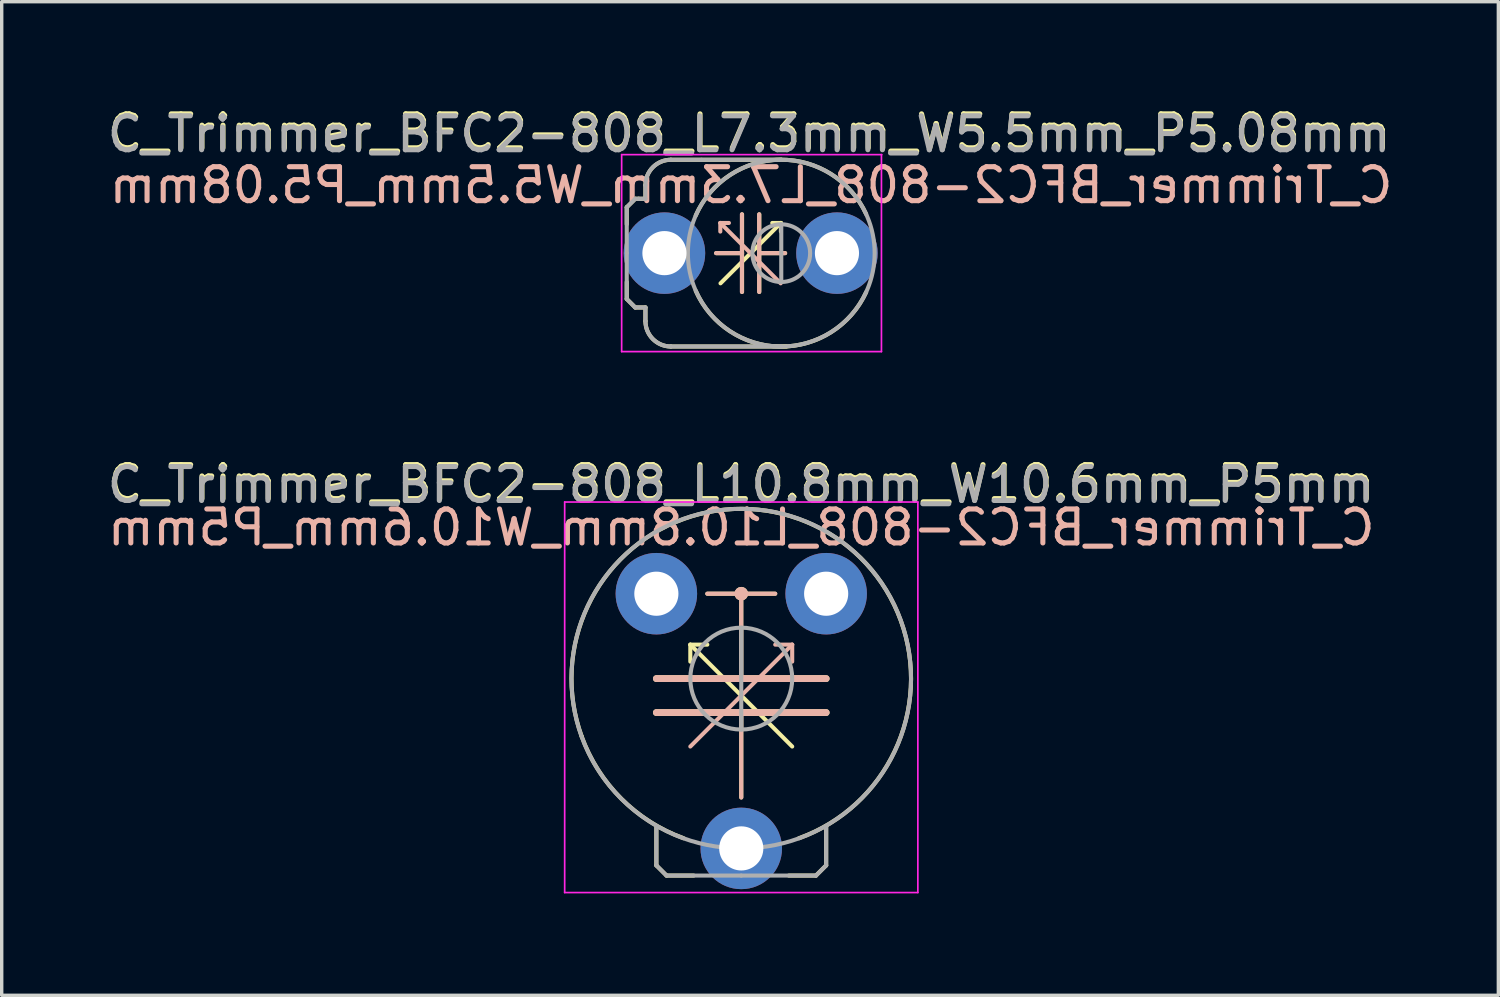
<source format=kicad_pcb>
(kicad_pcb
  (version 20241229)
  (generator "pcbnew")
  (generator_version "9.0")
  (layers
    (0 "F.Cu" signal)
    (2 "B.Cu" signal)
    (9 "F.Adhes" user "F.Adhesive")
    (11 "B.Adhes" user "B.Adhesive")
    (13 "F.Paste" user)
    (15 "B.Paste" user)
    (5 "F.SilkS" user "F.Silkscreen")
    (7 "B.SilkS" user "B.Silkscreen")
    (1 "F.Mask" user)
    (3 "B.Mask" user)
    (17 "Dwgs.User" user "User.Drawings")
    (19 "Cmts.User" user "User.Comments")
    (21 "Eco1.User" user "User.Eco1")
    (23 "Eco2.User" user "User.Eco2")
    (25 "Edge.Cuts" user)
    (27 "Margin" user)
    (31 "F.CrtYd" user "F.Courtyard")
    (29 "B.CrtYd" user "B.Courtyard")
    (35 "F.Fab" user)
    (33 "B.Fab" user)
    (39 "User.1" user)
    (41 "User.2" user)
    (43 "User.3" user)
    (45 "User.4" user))
  (footprint "C_Trimmer_BFC2-808_L7.3mm_W5.5mm_P5.08mm"
    (layer "F.Cu")
    (at 16.516 4.404)
    (property "Reference" "C_Trimmer_BFC2-808_L7.3mm_W5.5mm_P5.08mm" (at 2.5 -3.556 0) (layer "F.SilkS") (effects (font (size 1 1) (thickness 0.15))))
    (fp_line (start -1.11 -1.35) (end -1.11 -0.85) (stroke (width 0.12) (type solid)) (layer "F.SilkS"))
    (fp_line (start -1.11 1.35) (end -1.11 0.85) (stroke (width 0.12) (type solid)) (layer "F.SilkS"))
    (fp_line (start -1.11 1.35) (end -0.86 1.6) (stroke (width 0.12) (type solid)) (layer "F.SilkS"))
    (fp_line (start -0.86 -1.6) (end -1.11 -1.35) (stroke (width 0.12) (type solid)) (layer "F.SilkS"))
    (fp_line (start -0.76 -1.6) (end -0.86 -1.6) (stroke (width 0.12) (type solid)) (layer "F.SilkS"))
    (fp_line (start -0.56 -2) (end -0.56 -1.6) (stroke (width 0.12) (type solid)) (layer "F.SilkS"))
    (fp_line (start -0.56 -1.6) (end -0.76 -1.6) (stroke (width 0.12) (type solid)) (layer "F.SilkS"))
    (fp_line (start -0.56 1.6) (end -0.86 1.6) (stroke (width 0.12) (type solid)) (layer "F.SilkS"))
    (fp_line (start -0.56 1.6) (end -0.56 2) (stroke (width 0.12) (type solid)) (layer "F.SilkS"))
    (fp_line (start 0.19 -2.75) (end 3.44 -2.75) (stroke (width 0.12) (type solid)) (layer "F.SilkS"))
    (fp_line (start 0.19 2.75) (end 3.59 2.75) (stroke (width 0.12) (type solid)) (layer "F.SilkS"))
    (fp_line (start 1.524 0) (end 2.286 0) (stroke (width 0.12) (type solid)) (layer "F.SilkS"))
    (fp_line (start 2.286 0) (end 2.286 -1.143) (stroke (width 0.12) (type solid)) (layer "F.SilkS"))
    (fp_line (start 2.286 0) (end 2.286 1.143) (stroke (width 0.12) (type solid)) (layer "F.SilkS"))
    (fp_line (start 2.54 0) (end 1.651 0.889) (stroke (width 0.12) (type solid)) (layer "F.SilkS"))
    (fp_line (start 2.54 0) (end 3.429 -0.889) (stroke (width 0.12) (type solid)) (layer "F.SilkS"))
    (fp_line (start 2.794 0) (end 2.794 -1.143) (stroke (width 0.12) (type solid)) (layer "F.SilkS"))
    (fp_line (start 2.794 0) (end 2.794 1.143) (stroke (width 0.12) (type solid)) (layer "F.SilkS"))
    (fp_line (start 3.429 -0.889) (end 3.175 -0.889) (stroke (width 0.12) (type solid)) (layer "F.SilkS"))
    (fp_line (start 3.429 -0.889) (end 3.429 -0.635) (stroke (width 0.12) (type solid)) (layer "F.SilkS"))
    (fp_line (start 3.556 0) (end 2.794 0) (stroke (width 0.12) (type solid)) (layer "F.SilkS"))
    (fp_arc (start -0.56 -2) (mid -0.34033 -2.53033) (end 0.19 -2.75) (stroke (width 0.12) (type solid)) (layer "F.SilkS"))
    (fp_arc (start 0.19 2.75) (mid -0.34033 2.53033) (end -0.56 2) (stroke (width 0.12) (type solid)) (layer "F.SilkS"))
    (fp_arc (start 0.921221 -1.108263) (mid 3.417117 -2.751721) (end 5.939999 -1.149999) (stroke (width 0.12) (type solid)) (layer "F.SilkS"))
    (fp_arc (start 5.939999 1.149999) (mid 3.417117 2.751721) (end 0.921221 1.108263) (stroke (width 0.12) (type solid)) (layer "F.SilkS"))
    (fp_line (start 1.518 0) (end 2.28 0) (stroke (width 0.12) (type solid)) (layer "B.SilkS"))
    (fp_line (start 1.645 -0.889) (end 1.645 -0.635) (stroke (width 0.12) (type solid)) (layer "B.SilkS"))
    (fp_line (start 1.645 -0.889) (end 1.899 -0.889) (stroke (width 0.12) (type solid)) (layer "B.SilkS"))
    (fp_line (start 2.28 0) (end 2.28 -1.143) (stroke (width 0.12) (type solid)) (layer "B.SilkS"))
    (fp_line (start 2.28 0) (end 2.28 1.143) (stroke (width 0.12) (type solid)) (layer "B.SilkS"))
    (fp_line (start 2.534 0) (end 1.645 -0.889) (stroke (width 0.12) (type solid)) (layer "B.SilkS"))
    (fp_line (start 2.534 0) (end 3.423 0.889) (stroke (width 0.12) (type solid)) (layer "B.SilkS"))
    (fp_line (start 2.788 0) (end 2.788 -1.143) (stroke (width 0.12) (type solid)) (layer "B.SilkS"))
    (fp_line (start 2.788 0) (end 2.788 1.143) (stroke (width 0.12) (type solid)) (layer "B.SilkS"))
    (fp_line (start 3.55 0) (end 2.788 0) (stroke (width 0.12) (type solid)) (layer "B.SilkS"))
    (fp_line (start -1.26 -2.9) (end -1.26 2.9) (stroke (width 0.05) (type solid)) (layer "F.CrtYd"))
    (fp_line (start -1.26 2.9) (end 6.39 2.9) (stroke (width 0.05) (type solid)) (layer "F.CrtYd"))
    (fp_line (start 6.39 2.9) (end 6.39 -2.9) (stroke (width 0.05) (type solid)) (layer "F.CrtYd"))
    (fp_line (start 6.4 -2.9) (end -1.26 -2.9) (stroke (width 0.05) (type solid)) (layer "F.CrtYd"))
    (fp_line (start -1.11 -1.35) (end -1.11 0) (stroke (width 0.12) (type solid)) (layer "F.Fab"))
    (fp_line (start -1.11 1.35) (end -1.11 0) (stroke (width 0.12) (type solid)) (layer "F.Fab"))
    (fp_line (start -1.11 1.35) (end -0.86 1.6) (stroke (width 0.12) (type solid)) (layer "F.Fab"))
    (fp_line (start -0.86 -1.6) (end -1.11 -1.35) (stroke (width 0.12) (type solid)) (layer "F.Fab"))
    (fp_line (start -0.76 -1.6) (end -0.86 -1.6) (stroke (width 0.12) (type solid)) (layer "F.Fab"))
    (fp_line (start -0.56 -2) (end -0.56 -1.6) (stroke (width 0.12) (type solid)) (layer "F.Fab"))
    (fp_line (start -0.56 -1.6) (end -0.76 -1.6) (stroke (width 0.12) (type solid)) (layer "F.Fab"))
    (fp_line (start -0.56 1.6) (end -0.86 1.6) (stroke (width 0.12) (type solid)) (layer "F.Fab"))
    (fp_line (start -0.56 1.6) (end -0.56 2) (stroke (width 0.12) (type solid)) (layer "F.Fab"))
    (fp_line (start 1.09 -2.75) (end 0.19 -2.75) (stroke (width 0.12) (type solid)) (layer "F.Fab"))
    (fp_line (start 3.44 -2.75) (end 1.09 -2.75) (stroke (width 0.12) (type solid)) (layer "F.Fab"))
    (fp_line (start 3.44 0.85) (end 3.44 -0.85) (stroke (width 0.12) (type solid)) (layer "F.Fab"))
    (fp_line (start 3.44 2.75) (end 0.19 2.75) (stroke (width 0.12) (type solid)) (layer "F.Fab"))
    (fp_arc (start -0.56 -2) (mid -0.34033 -2.53033) (end 0.19 -2.75) (stroke (width 0.12) (type solid)) (layer "F.Fab"))
    (fp_arc (start 0.19 2.75) (mid -0.34033 2.53033) (end -0.56 2) (stroke (width 0.12) (type solid)) (layer "F.Fab"))
    (fp_arc (start 3.44 -2.75) (mid 6.19 0) (end 3.44 2.75) (stroke (width 0.12) (type solid)) (layer "F.Fab"))
    (fp_arc (start 3.44 2.75) (mid 0.69 0) (end 3.44 -2.75) (stroke (width 0.12) (type solid)) (layer "F.Fab"))
    (fp_circle (center 3.44 0) (end 4.29 0) (stroke (width 0.12) (type solid)) (fill no) (layer "F.Fab"))
    (fp_text user "${REFERENCE}" (at 2.55 -2 0) (layer "B.SilkS") (effects (font (size 1 1) (thickness 0.15)) (justify mirror)))
    (fp_text user "${REFERENCE}" (at 2.49 -3.5 0) (layer "F.Fab") (effects (font (size 1 1) (thickness 0.15))))
    (pad "1" thru_hole circle (at 0 0) (size 2.4 2.4) (drill 1.3) (layers "*.Cu" "*.Mask"))
    (pad "2" thru_hole circle (at 5.08 0) (size 2.4 2.4) (drill 1.3) (layers "*.Cu" "*.Mask")))
  (footprint "C_Trimmer_BFC2-808_L10.8mm_W10.6mm_P5mm"
    (layer "F.Cu")
    (at 18.778 21.933)
    (property "Reference" "C_Trimmer_BFC2-808_L10.8mm_W10.6mm_P5mm" (at 0 -10.756 0) (layer "F.SilkS") (effects (font (size 1 1) (thickness 0.15))))
    (fp_line (start -2.5 -5) (end 0 -5) (stroke (width 0.2) (type solid)) (layer "F.SilkS"))
    (fp_line (start -2.5 -4) (end 0.5 -4) (stroke (width 0.2) (type solid)) (layer "F.SilkS"))
    (fp_line (start -2.5 0.5) (end -2.5 -0.65) (stroke (width 0.12) (type solid)) (layer "F.SilkS"))
    (fp_line (start -2.2 0.8) (end -2.5 0.5) (stroke (width 0.12) (type solid)) (layer "F.SilkS"))
    (fp_line (start -1.5 -6) (end -1.5 -5.5) (stroke (width 0.12) (type solid)) (layer "F.SilkS"))
    (fp_line (start -1.5 -6) (end -1 -6) (stroke (width 0.12) (type solid)) (layer "F.SilkS"))
    (fp_line (start -1.4 0.8) (end -2.2 0.8) (stroke (width 0.12) (type solid)) (layer "F.SilkS"))
    (fp_line (start -1 -7.5) (end 1 -7.5) (stroke (width 0.12) (type solid)) (layer "F.SilkS"))
    (fp_line (start 0 -7.5) (end 0 -5) (stroke (width 0.12) (type solid)) (layer "F.SilkS"))
    (fp_line (start 0 -4.5) (end -1.5 -6) (stroke (width 0.12) (type solid)) (layer "F.SilkS"))
    (fp_line (start 0 -4.5) (end 1.5 -3) (stroke (width 0.12) (type solid)) (layer "F.SilkS"))
    (fp_line (start 0 -4) (end 0 -1.5) (stroke (width 0.12) (type solid)) (layer "F.SilkS"))
    (fp_line (start 1.4 0.8) (end 2.2 0.8) (stroke (width 0.12) (type solid)) (layer "F.SilkS"))
    (fp_line (start 2.2 0.8) (end 2.5 0.5) (stroke (width 0.12) (type solid)) (layer "F.SilkS"))
    (fp_line (start 2.5 -5) (end 0 -5) (stroke (width 0.2) (type solid)) (layer "F.SilkS"))
    (fp_line (start 2.5 -4) (end 0 -4) (stroke (width 0.2) (type solid)) (layer "F.SilkS"))
    (fp_line (start 2.5 0.5) (end 2.5 -0.65) (stroke (width 0.12) (type solid)) (layer "F.SilkS"))
    (fp_arc (start -4.699999 -3.300001) (mid 2.12132 -9.525482) (end 1.699999 -0.300001) (stroke (width 0.12) (type solid)) (layer "F.SilkS"))
    (fp_arc (start -1.7 -0.300001) (mid -3.534119 -1.465882) (end -4.699999 -3.300001) (stroke (width 0.12) (type solid)) (layer "F.SilkS"))
    (fp_circle (center 0 -7.5) (end 0.1 -7.5) (stroke (width 0.2) (type solid)) (fill no) (layer "F.SilkS"))
    (fp_line (start -2.5 -5) (end 0 -5) (stroke (width 0.2) (type solid)) (layer "B.SilkS"))
    (fp_line (start -2.5 -4) (end 0 -4) (stroke (width 0.2) (type solid)) (layer "B.SilkS"))
    (fp_line (start 0 -7.5) (end 0 -5) (stroke (width 0.12) (type solid)) (layer "B.SilkS"))
    (fp_line (start 0 -4.5) (end -1.5 -3) (stroke (width 0.12) (type solid)) (layer "B.SilkS"))
    (fp_line (start 0 -4.5) (end 1.5 -6) (stroke (width 0.12) (type solid)) (layer "B.SilkS"))
    (fp_line (start 0 -4) (end 0 -1.5) (stroke (width 0.12) (type solid)) (layer "B.SilkS"))
    (fp_line (start 1 -7.5) (end -1 -7.5) (stroke (width 0.12) (type solid)) (layer "B.SilkS"))
    (fp_line (start 1.5 -6) (end 1 -6) (stroke (width 0.12) (type solid)) (layer "B.SilkS"))
    (fp_line (start 1.5 -6) (end 1.5 -5.5) (stroke (width 0.12) (type solid)) (layer "B.SilkS"))
    (fp_line (start 2.5 -5) (end 0 -5) (stroke (width 0.2) (type solid)) (layer "B.SilkS"))
    (fp_line (start 2.5 -4) (end -0.5 -4) (stroke (width 0.2) (type solid)) (layer "B.SilkS"))
    (fp_circle (center 0 -7.5) (end -0.1 -7.5) (stroke (width 0.2) (type solid)) (fill no) (layer "B.SilkS"))
    (fp_line (start -5.2 -10.2) (end -5.2 1.3) (stroke (width 0.05) (type solid)) (layer "F.CrtYd"))
    (fp_line (start -5.2 1.3) (end 5.2 1.3) (stroke (width 0.05) (type solid)) (layer "F.CrtYd"))
    (fp_line (start 5.2 -10.2) (end -5.2 -10.2) (stroke (width 0.05) (type solid)) (layer "F.CrtYd"))
    (fp_line (start 5.2 1.3) (end 5.2 -10.2) (stroke (width 0.05) (type solid)) (layer "F.CrtYd"))
    (fp_line (start -2.5 0.5) (end -2.5 -0.65) (stroke (width 0.12) (type solid)) (layer "F.Fab"))
    (fp_line (start -2.2 0.8) (end -2.5 0.5) (stroke (width 0.12) (type solid)) (layer "F.Fab"))
    (fp_line (start 0 -6.5) (end 0 -3.5) (stroke (width 0.12) (type solid)) (layer "F.Fab"))
    (fp_line (start 0 0.8) (end -2.2 0.8) (stroke (width 0.12) (type solid)) (layer "F.Fab"))
    (fp_line (start 0 0.8) (end 2.2 0.8) (stroke (width 0.12) (type solid)) (layer "F.Fab"))
    (fp_line (start 2.2 0.8) (end 2.5 0.5) (stroke (width 0.12) (type solid)) (layer "F.Fab"))
    (fp_line (start 2.5 0.5) (end 2.5 -0.65) (stroke (width 0.12) (type solid)) (layer "F.Fab"))
    (fp_circle (center 0 -5) (end 1.5 -5) (stroke (width 0.12) (type solid)) (fill no) (layer "F.Fab"))
    (fp_circle (center 0 -5) (end 5 -5) (stroke (width 0.12) (type solid)) (fill no) (layer "F.Fab"))
    (fp_text user "${REFERENCE}" (at 0 -9.45 0) (layer "B.SilkS") (effects (font (size 1 1) (thickness 0.15)) (justify mirror)))
    (fp_text user "${REFERENCE}" (at -0.01 -10.7 0) (layer "F.Fab") (effects (font (size 1 1) (thickness 0.15))))
    (pad "1" thru_hole circle (at 0 0) (size 2.4 2.4) (drill 1.3) (layers "*.Cu" "*.Mask"))
    (pad "2" thru_hole circle (at -2.5 -7.5) (size 2.4 2.4) (drill 1.3) (layers "*.Cu" "*.Mask"))
    (pad "2" thru_hole circle (at 2.5 -7.5) (size 2.4 2.4) (drill 1.3) (layers "*.Cu" "*.Mask")))
  (gr_rect
    (start -3 -3)
    (end 41.072 26.259)
    (stroke (width 0.1) (type default))
    (fill no)
    (layer "Edge.Cuts")))
</source>
